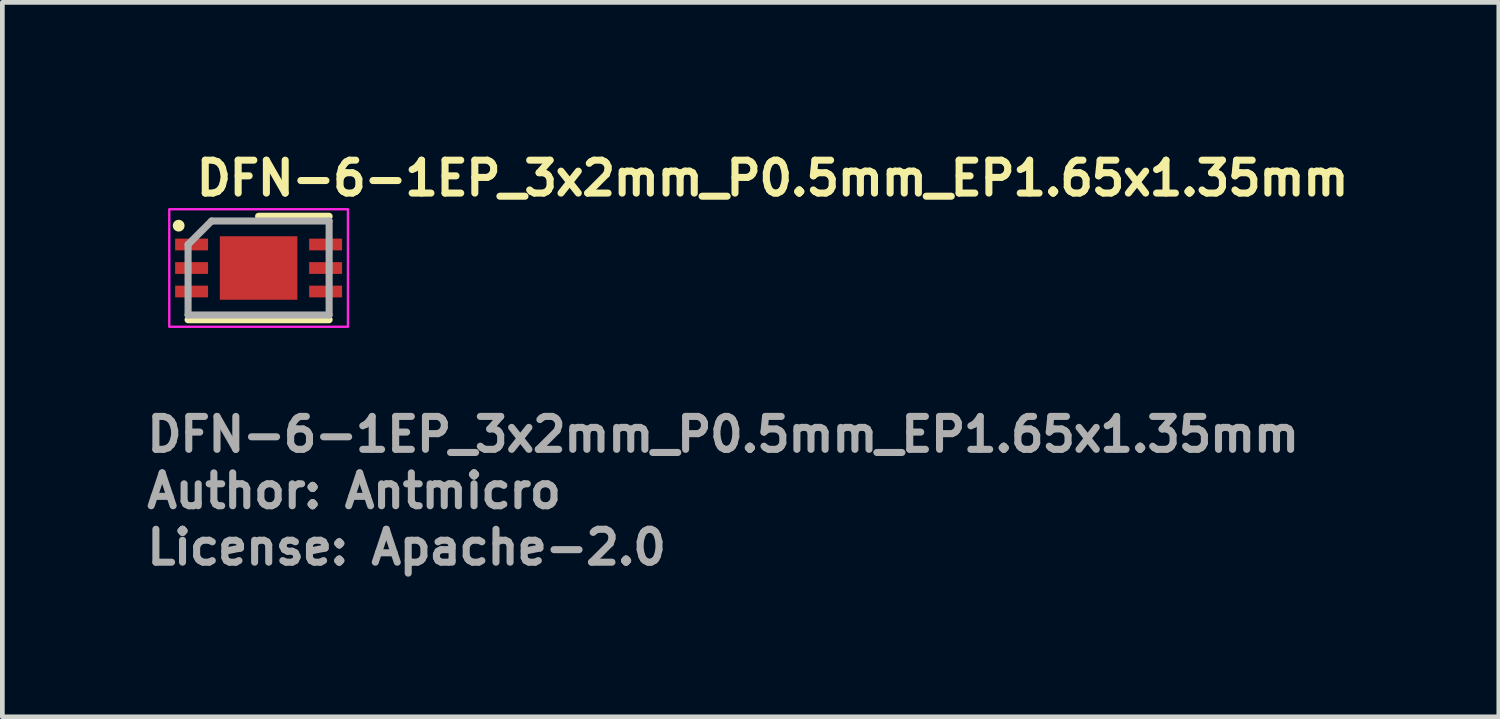
<source format=kicad_pcb>
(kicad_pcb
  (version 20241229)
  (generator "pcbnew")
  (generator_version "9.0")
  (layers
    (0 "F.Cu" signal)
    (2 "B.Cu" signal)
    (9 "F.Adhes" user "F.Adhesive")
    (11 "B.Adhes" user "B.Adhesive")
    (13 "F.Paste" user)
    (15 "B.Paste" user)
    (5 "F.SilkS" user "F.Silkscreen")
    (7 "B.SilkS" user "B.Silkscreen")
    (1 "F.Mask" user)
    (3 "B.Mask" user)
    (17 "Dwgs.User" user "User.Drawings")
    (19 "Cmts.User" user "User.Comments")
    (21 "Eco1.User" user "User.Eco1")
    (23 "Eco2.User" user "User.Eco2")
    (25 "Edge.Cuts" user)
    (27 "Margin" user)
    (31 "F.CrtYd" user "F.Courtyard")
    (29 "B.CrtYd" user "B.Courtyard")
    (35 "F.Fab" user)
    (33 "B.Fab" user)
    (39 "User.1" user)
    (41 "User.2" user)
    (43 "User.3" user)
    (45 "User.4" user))
  (footprint "DFN-6-1EP_3x2mm_P0.5mm_EP1.65x1.35mm"
    (layer "F.Cu")
    (at 2.45 2.65)
    (property "Reference" "DFN-6-1EP_3x2mm_P0.5mm_EP1.65x1.35mm" (at -1.4 -1.5 0) (layer "F.SilkS") (effects (font (size 0.7 0.7) (thickness 0.15)) (justify left bottom)))
    (attr smd)
    (fp_line (start -1.5 1.1) (end 1.5 1.1) (stroke (width 0.15) (type solid)) (layer "F.SilkS"))
    (fp_line (start 0 -1.1) (end 1.5 -1.1) (stroke (width 0.15) (type solid)) (layer "F.SilkS"))
    (fp_circle (center -1.7 -0.9) (end -1.65 -0.9) (stroke (width 0.15) (type solid)) (fill yes) (layer "F.SilkS"))
    (fp_rect (start -1.9 -1.25) (end 1.9 1.25) (stroke (width 0.05) (type solid)) (fill no) (layer "F.CrtYd"))
    (fp_line (start -1.5 -0.5) (end -1 -1) (stroke (width 0.15) (type solid)) (layer "F.Fab"))
    (fp_line (start -1.5 1) (end -1.5 -0.5) (stroke (width 0.15) (type solid)) (layer "F.Fab"))
    (fp_line (start -1 -1) (end 1.5 -1) (stroke (width 0.15) (type solid)) (layer "F.Fab"))
    (fp_line (start 1.5 -1) (end 1.5 1) (stroke (width 0.15) (type solid)) (layer "F.Fab"))
    (fp_line (start 1.5 1) (end -1.5 1) (stroke (width 0.15) (type solid)) (layer "F.Fab"))
    (fp_rect (start -1.5 -1) (end 1.5 1) (stroke (width 0.1) (type solid)) (fill no) (layer "User.5"))
    (fp_line (start -1.5 -1) (end -1.5 1) (stroke (width 0.02) (type solid)) (layer "User.9"))
    (fp_line (start -1.5 1) (end 1.5 1) (stroke (width 0.02) (type solid)) (layer "User.9"))
    (fp_line (start -1.375 -0.85) (end -1.375 -0.15) (stroke (width 0.02) (type solid)) (layer "User.9"))
    (fp_line (start -1.375 -0.85) (end -1.375 -0.15) (stroke (width 0.02) (type solid)) (layer "User.9"))
    (fp_line (start -1.375 -0.15) (end -1.275 -0.15) (stroke (width 0.02) (type solid)) (layer "User.9"))
    (fp_line (start -1.375 -0.15) (end -1.275 -0.15) (stroke (width 0.02) (type solid)) (layer "User.9"))
    (fp_line (start -1.275 -0.85) (end -1.375 -0.85) (stroke (width 0.02) (type solid)) (layer "User.9"))
    (fp_line (start -1.275 -0.85) (end -1.375 -0.85) (stroke (width 0.02) (type solid)) (layer "User.9"))
    (fp_line (start -1.275 -0.15) (end -1.275 -0.85) (stroke (width 0.02) (type solid)) (layer "User.9"))
    (fp_line (start -1.275 -0.15) (end -1.275 -0.85) (stroke (width 0.02) (type solid)) (layer "User.9"))
    (fp_line (start 1.5 -1) (end -1.5 -1) (stroke (width 0.02) (type solid)) (layer "User.9"))
    (fp_line (start 1.5 1) (end 1.5 -1) (stroke (width 0.02) (type solid)) (layer "User.9"))
    (fp_text user "${REFERENCE}" (at -2.45 3.95 0) (layer "F.Fab") (effects (font (size 0.7 0.7) (thickness 0.15)) (justify left bottom)))
    (fp_text user "Author: Antmicro" (at -2.45 5.15 0) (layer "F.Fab") (effects (font (size 0.7 0.7) (thickness 0.15)) (justify left bottom)))
    (fp_text user "License: Apache-2.0" (at -2.45 6.35 0) (layer "F.Fab") (effects (font (size 0.7 0.7) (thickness 0.15)) (justify left bottom)))
    (pad "" smd roundrect (at -0.41 -0.34) (size 0.67 0.54) (layers "F.Paste") (roundrect_rratio 0.25))
    (pad "" smd roundrect (at -0.41 0.34) (size 0.67 0.54) (layers "F.Paste") (roundrect_rratio 0.25))
    (pad "" smd roundrect (at 0.41 -0.34) (size 0.67 0.54) (layers "F.Paste") (roundrect_rratio 0.25))
    (pad "" smd roundrect (at 0.41 0.34) (size 0.67 0.54) (layers "F.Paste") (roundrect_rratio 0.25))
    (pad "1" smd rect (at -1.425 -0.5) (size 0.7 0.25) (layers "F.Cu" "F.Mask" "F.Paste"))
    (pad "2" smd rect (at -1.425 0) (size 0.7 0.25) (layers "F.Cu" "F.Mask" "F.Paste"))
    (pad "3" smd rect (at -1.425 0.5) (size 0.7 0.25) (layers "F.Cu" "F.Mask" "F.Paste"))
    (pad "4" smd rect (at 1.425 0.5) (size 0.7 0.25) (layers "F.Cu" "F.Mask" "F.Paste"))
    (pad "5" smd rect (at 1.425 0) (size 0.7 0.25) (layers "F.Cu" "F.Mask" "F.Paste"))
    (pad "6" smd rect (at 1.425 -0.5) (size 0.7 0.25) (layers "F.Cu" "F.Mask" "F.Paste"))
    (pad "7" smd rect (at 0 0) (size 1.65 1.35) (layers "F.Cu" "F.Mask")))
  (gr_rect
    (start -3 -3)
    (end 28.827 12.195)
    (stroke (width 0.1) (type default))
    (fill no)
    (layer "Edge.Cuts")))
</source>
